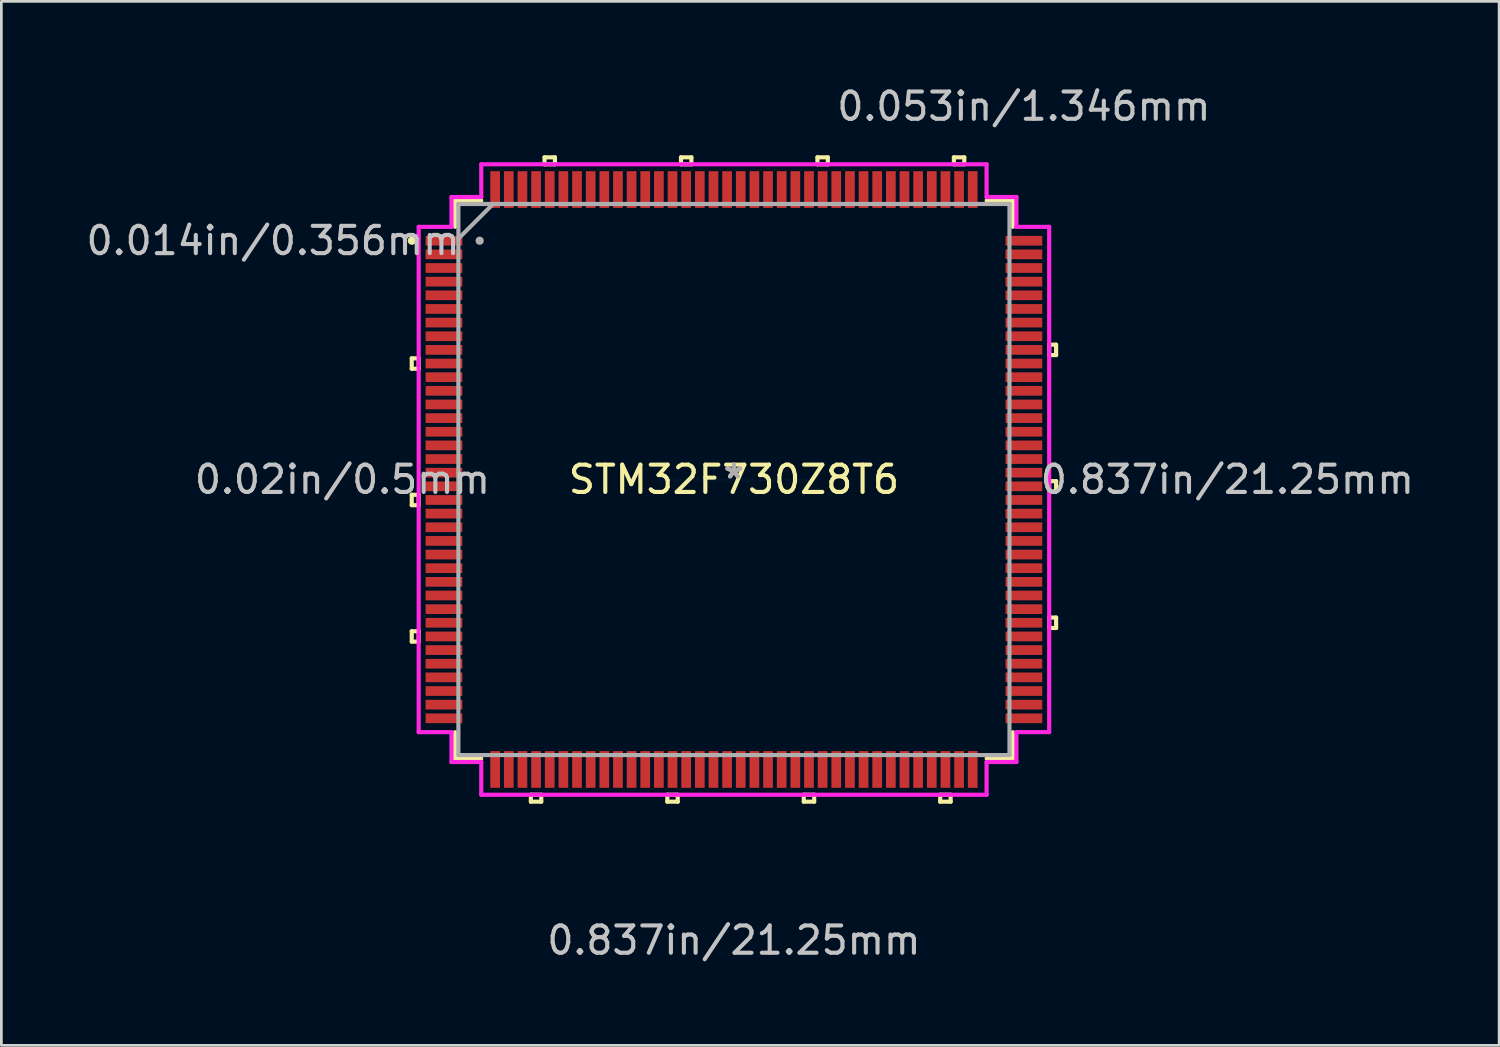
<source format=kicad_pcb>
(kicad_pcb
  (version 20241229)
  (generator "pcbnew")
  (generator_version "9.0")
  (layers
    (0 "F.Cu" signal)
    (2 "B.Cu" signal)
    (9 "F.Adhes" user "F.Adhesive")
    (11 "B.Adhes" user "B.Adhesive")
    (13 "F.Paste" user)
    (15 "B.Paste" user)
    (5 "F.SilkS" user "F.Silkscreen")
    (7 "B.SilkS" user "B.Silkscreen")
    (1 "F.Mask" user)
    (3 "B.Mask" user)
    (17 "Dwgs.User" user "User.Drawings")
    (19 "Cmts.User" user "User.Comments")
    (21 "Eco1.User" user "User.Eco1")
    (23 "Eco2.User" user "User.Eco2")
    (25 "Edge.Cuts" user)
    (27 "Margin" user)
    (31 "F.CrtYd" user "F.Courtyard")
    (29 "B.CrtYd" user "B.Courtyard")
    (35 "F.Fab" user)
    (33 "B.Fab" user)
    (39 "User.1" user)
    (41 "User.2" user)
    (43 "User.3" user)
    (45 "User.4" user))
  (footprint "STM32F730Z8T6"
    (layer "F.Cu")
    (at 23.844 14.521)
    (property "Reference" "STM32F730Z8T6" (at 0 0 0) (layer "F.SilkS") (effects (font (size 1 1) (thickness 0.15))))
    (attr through_hole)
    (fp_line (start -11.806 -4.44) (end -11.806 -4.059) (stroke (width 0.152) (type solid)) (layer "F.SilkS"))
    (fp_line (start -11.806 -4.059) (end -11.552 -4.059) (stroke (width 0.152) (type solid)) (layer "F.SilkS"))
    (fp_line (start -11.806 0.56) (end -11.806 0.941) (stroke (width 0.152) (type solid)) (layer "F.SilkS"))
    (fp_line (start -11.806 0.941) (end -11.552 0.941) (stroke (width 0.152) (type solid)) (layer "F.SilkS"))
    (fp_line (start -11.806 5.56) (end -11.806 5.941) (stroke (width 0.152) (type solid)) (layer "F.SilkS"))
    (fp_line (start -11.806 5.941) (end -11.552 5.941) (stroke (width 0.152) (type solid)) (layer "F.SilkS"))
    (fp_line (start -11.552 -4.44) (end -11.806 -4.44) (stroke (width 0.152) (type solid)) (layer "F.SilkS"))
    (fp_line (start -11.552 -4.059) (end -11.552 -4.44) (stroke (width 0.152) (type solid)) (layer "F.SilkS"))
    (fp_line (start -11.552 0.56) (end -11.806 0.56) (stroke (width 0.152) (type solid)) (layer "F.SilkS"))
    (fp_line (start -11.552 0.941) (end -11.552 0.56) (stroke (width 0.152) (type solid)) (layer "F.SilkS"))
    (fp_line (start -11.552 5.56) (end -11.806 5.56) (stroke (width 0.152) (type solid)) (layer "F.SilkS"))
    (fp_line (start -11.552 5.941) (end -11.552 5.56) (stroke (width 0.152) (type solid)) (layer "F.SilkS"))
    (fp_line (start -10.223 -10.223) (end -10.223 -9.261) (stroke (width 0.152) (type solid)) (layer "F.SilkS"))
    (fp_line (start -10.223 9.261) (end -10.223 10.223) (stroke (width 0.152) (type solid)) (layer "F.SilkS"))
    (fp_line (start -10.223 10.223) (end -9.261 10.223) (stroke (width 0.152) (type solid)) (layer "F.SilkS"))
    (fp_line (start -9.261 -10.223) (end -10.223 -10.223) (stroke (width 0.152) (type solid)) (layer "F.SilkS"))
    (fp_line (start -7.441 11.552) (end -7.441 11.806) (stroke (width 0.152) (type solid)) (layer "F.SilkS"))
    (fp_line (start -7.441 11.806) (end -7.06 11.806) (stroke (width 0.152) (type solid)) (layer "F.SilkS"))
    (fp_line (start -7.06 11.552) (end -7.441 11.552) (stroke (width 0.152) (type solid)) (layer "F.SilkS"))
    (fp_line (start -7.06 11.806) (end -7.06 11.552) (stroke (width 0.152) (type solid)) (layer "F.SilkS"))
    (fp_line (start -6.94 -11.806) (end -6.559 -11.806) (stroke (width 0.152) (type solid)) (layer "F.SilkS"))
    (fp_line (start -6.94 -11.552) (end -6.94 -11.806) (stroke (width 0.152) (type solid)) (layer "F.SilkS"))
    (fp_line (start -6.559 -11.806) (end -6.559 -11.552) (stroke (width 0.152) (type solid)) (layer "F.SilkS"))
    (fp_line (start -6.559 -11.552) (end -6.94 -11.552) (stroke (width 0.152) (type solid)) (layer "F.SilkS"))
    (fp_line (start -2.441 11.552) (end -2.441 11.806) (stroke (width 0.152) (type solid)) (layer "F.SilkS"))
    (fp_line (start -2.441 11.806) (end -2.06 11.806) (stroke (width 0.152) (type solid)) (layer "F.SilkS"))
    (fp_line (start -2.06 11.552) (end -2.441 11.552) (stroke (width 0.152) (type solid)) (layer "F.SilkS"))
    (fp_line (start -2.06 11.806) (end -2.06 11.552) (stroke (width 0.152) (type solid)) (layer "F.SilkS"))
    (fp_line (start -1.94 -11.806) (end -1.559 -11.806) (stroke (width 0.152) (type solid)) (layer "F.SilkS"))
    (fp_line (start -1.94 -11.552) (end -1.94 -11.806) (stroke (width 0.152) (type solid)) (layer "F.SilkS"))
    (fp_line (start -1.559 -11.806) (end -1.559 -11.552) (stroke (width 0.152) (type solid)) (layer "F.SilkS"))
    (fp_line (start -1.559 -11.552) (end -1.94 -11.552) (stroke (width 0.152) (type solid)) (layer "F.SilkS"))
    (fp_line (start 2.559 11.552) (end 2.559 11.806) (stroke (width 0.152) (type solid)) (layer "F.SilkS"))
    (fp_line (start 2.559 11.806) (end 2.941 11.806) (stroke (width 0.152) (type solid)) (layer "F.SilkS"))
    (fp_line (start 2.941 11.552) (end 2.559 11.552) (stroke (width 0.152) (type solid)) (layer "F.SilkS"))
    (fp_line (start 2.941 11.806) (end 2.941 11.552) (stroke (width 0.152) (type solid)) (layer "F.SilkS"))
    (fp_line (start 3.06 -11.806) (end 3.441 -11.806) (stroke (width 0.152) (type solid)) (layer "F.SilkS"))
    (fp_line (start 3.06 -11.552) (end 3.06 -11.806) (stroke (width 0.152) (type solid)) (layer "F.SilkS"))
    (fp_line (start 3.441 -11.806) (end 3.441 -11.552) (stroke (width 0.152) (type solid)) (layer "F.SilkS"))
    (fp_line (start 3.441 -11.552) (end 3.06 -11.552) (stroke (width 0.152) (type solid)) (layer "F.SilkS"))
    (fp_line (start 7.559 11.552) (end 7.559 11.806) (stroke (width 0.152) (type solid)) (layer "F.SilkS"))
    (fp_line (start 7.559 11.806) (end 7.941 11.806) (stroke (width 0.152) (type solid)) (layer "F.SilkS"))
    (fp_line (start 7.941 11.552) (end 7.559 11.552) (stroke (width 0.152) (type solid)) (layer "F.SilkS"))
    (fp_line (start 7.941 11.806) (end 7.941 11.552) (stroke (width 0.152) (type solid)) (layer "F.SilkS"))
    (fp_line (start 8.06 -11.806) (end 8.441 -11.806) (stroke (width 0.152) (type solid)) (layer "F.SilkS"))
    (fp_line (start 8.06 -11.552) (end 8.06 -11.806) (stroke (width 0.152) (type solid)) (layer "F.SilkS"))
    (fp_line (start 8.441 -11.806) (end 8.441 -11.552) (stroke (width 0.152) (type solid)) (layer "F.SilkS"))
    (fp_line (start 8.441 -11.552) (end 8.06 -11.552) (stroke (width 0.152) (type solid)) (layer "F.SilkS"))
    (fp_line (start 9.261 10.223) (end 10.223 10.223) (stroke (width 0.152) (type solid)) (layer "F.SilkS"))
    (fp_line (start 10.223 -10.223) (end 9.261 -10.223) (stroke (width 0.152) (type solid)) (layer "F.SilkS"))
    (fp_line (start 10.223 -9.261) (end 10.223 -10.223) (stroke (width 0.152) (type solid)) (layer "F.SilkS"))
    (fp_line (start 10.223 10.223) (end 10.223 9.261) (stroke (width 0.152) (type solid)) (layer "F.SilkS"))
    (fp_line (start 11.552 -4.941) (end 11.806 -4.941) (stroke (width 0.152) (type solid)) (layer "F.SilkS"))
    (fp_line (start 11.552 -4.56) (end 11.552 -4.941) (stroke (width 0.152) (type solid)) (layer "F.SilkS"))
    (fp_line (start 11.552 0.059) (end 11.806 0.059) (stroke (width 0.152) (type solid)) (layer "F.SilkS"))
    (fp_line (start 11.552 0.441) (end 11.552 0.059) (stroke (width 0.152) (type solid)) (layer "F.SilkS"))
    (fp_line (start 11.552 5.059) (end 11.806 5.059) (stroke (width 0.152) (type solid)) (layer "F.SilkS"))
    (fp_line (start 11.552 5.441) (end 11.552 5.059) (stroke (width 0.152) (type solid)) (layer "F.SilkS"))
    (fp_line (start 11.806 -4.941) (end 11.806 -4.56) (stroke (width 0.152) (type solid)) (layer "F.SilkS"))
    (fp_line (start 11.806 -4.56) (end 11.552 -4.56) (stroke (width 0.152) (type solid)) (layer "F.SilkS"))
    (fp_line (start 11.806 0.059) (end 11.806 0.441) (stroke (width 0.152) (type solid)) (layer "F.SilkS"))
    (fp_line (start 11.806 0.441) (end 11.552 0.441) (stroke (width 0.152) (type solid)) (layer "F.SilkS"))
    (fp_line (start 11.806 5.059) (end 11.806 5.441) (stroke (width 0.152) (type solid)) (layer "F.SilkS"))
    (fp_line (start 11.806 5.441) (end 11.552 5.441) (stroke (width 0.152) (type solid)) (layer "F.SilkS"))
    (fp_circle (center -11.802 -8.75) (end -11.726 -8.75) (stroke (width 0.152) (type solid)) (fill no) (layer "F.SilkS"))
    (fp_line (start -11.552 -9.258) (end -10.351 -9.258) (stroke (width 0.152) (type solid)) (layer "F.CrtYd"))
    (fp_line (start -11.552 9.258) (end -11.552 -9.258) (stroke (width 0.152) (type solid)) (layer "F.CrtYd"))
    (fp_line (start -10.351 -10.351) (end -9.258 -10.351) (stroke (width 0.152) (type solid)) (layer "F.CrtYd"))
    (fp_line (start -10.351 -9.258) (end -10.351 -10.351) (stroke (width 0.152) (type solid)) (layer "F.CrtYd"))
    (fp_line (start -10.351 9.258) (end -11.552 9.258) (stroke (width 0.152) (type solid)) (layer "F.CrtYd"))
    (fp_line (start -10.351 10.351) (end -10.351 9.258) (stroke (width 0.152) (type solid)) (layer "F.CrtYd"))
    (fp_line (start -9.258 -11.552) (end 9.258 -11.552) (stroke (width 0.152) (type solid)) (layer "F.CrtYd"))
    (fp_line (start -9.258 -10.351) (end -9.258 -11.552) (stroke (width 0.152) (type solid)) (layer "F.CrtYd"))
    (fp_line (start -9.258 10.351) (end -10.351 10.351) (stroke (width 0.152) (type solid)) (layer "F.CrtYd"))
    (fp_line (start -9.258 11.552) (end -9.258 10.351) (stroke (width 0.152) (type solid)) (layer "F.CrtYd"))
    (fp_line (start 9.258 -11.552) (end 9.258 -10.351) (stroke (width 0.152) (type solid)) (layer "F.CrtYd"))
    (fp_line (start 9.258 -10.351) (end 10.351 -10.351) (stroke (width 0.152) (type solid)) (layer "F.CrtYd"))
    (fp_line (start 9.258 10.351) (end 9.258 11.552) (stroke (width 0.152) (type solid)) (layer "F.CrtYd"))
    (fp_line (start 9.258 11.552) (end -9.258 11.552) (stroke (width 0.152) (type solid)) (layer "F.CrtYd"))
    (fp_line (start 10.351 -10.351) (end 10.351 -9.258) (stroke (width 0.152) (type solid)) (layer "F.CrtYd"))
    (fp_line (start 10.351 -9.258) (end 11.552 -9.258) (stroke (width 0.152) (type solid)) (layer "F.CrtYd"))
    (fp_line (start 10.351 9.258) (end 10.351 10.351) (stroke (width 0.152) (type solid)) (layer "F.CrtYd"))
    (fp_line (start 10.351 10.351) (end 9.258 10.351) (stroke (width 0.152) (type solid)) (layer "F.CrtYd"))
    (fp_line (start 11.552 -9.258) (end 11.552 9.258) (stroke (width 0.152) (type solid)) (layer "F.CrtYd"))
    (fp_line (start 11.552 9.258) (end 10.351 9.258) (stroke (width 0.152) (type solid)) (layer "F.CrtYd"))
    (fp_line (start -10.097 -10.097) (end -10.097 10.097) (stroke (width 0.152) (type solid)) (layer "F.Fab"))
    (fp_line (start -10.097 -8.826) (end -8.826 -10.097) (stroke (width 0.152) (type solid)) (layer "F.Fab"))
    (fp_line (start -10.097 10.097) (end 10.097 10.097) (stroke (width 0.152) (type solid)) (layer "F.Fab"))
    (fp_line (start 10.097 -10.097) (end -10.097 -10.097) (stroke (width 0.152) (type solid)) (layer "F.Fab"))
    (fp_line (start 10.097 10.097) (end 10.097 -10.097) (stroke (width 0.152) (type solid)) (layer "F.Fab"))
    (fp_circle (center -9.317 -8.75) (end -9.241 -8.75) (stroke (width 0.152) (type solid)) (fill no) (layer "F.Fab"))
    (fp_text user "*" (at 0 0 0) (layer "F.SilkS") (effects (font (size 1 1) (thickness 0.15))))
    (fp_text user "0.053in/1.346mm" (at 10.625 -13.673 0) (layer "Dwgs.User") (effects (font (size 1 1) (thickness 0.15))))
    (fp_text user "0.837in/21.25mm" (at 18.08 0 0) (layer "Dwgs.User") (effects (font (size 1 1) (thickness 0.15))))
    (fp_text user "0.837in/21.25mm" (at 0 16.886 0) (layer "Dwgs.User") (effects (font (size 1 1) (thickness 0.15))))
    (fp_text user "0.02in/0.5mm" (at -14.346 0 0) (layer "Dwgs.User") (effects (font (size 1 1) (thickness 0.15))))
    (fp_text user "0.014in/0.356mm" (at -16.886 -8.75 0) (layer "Dwgs.User") (effects (font (size 1 1) (thickness 0.15))))
    (fp_text user "Copyright 2016 Accelerated Designs. All rights reserved." (at 0 0 0) (layer "Cmts.User") (effects (font (size 0.127 0.127) (thickness 0.002))))
    (fp_text user "*" (at 0 0 0) (layer "F.Fab") (effects (font (size 1 1) (thickness 0.15))))
    (pad "1" smd rect (at -10.625 -8.75) (size 1.346 0.356) (layers "F.Cu" "F.Mask" "F.Paste"))
    (pad "2" smd rect (at -10.625 -8.25) (size 1.346 0.356) (layers "F.Cu" "F.Mask" "F.Paste"))
    (pad "3" smd rect (at -10.625 -7.75) (size 1.346 0.356) (layers "F.Cu" "F.Mask" "F.Paste"))
    (pad "4" smd rect (at -10.625 -7.25) (size 1.346 0.356) (layers "F.Cu" "F.Mask" "F.Paste"))
    (pad "5" smd rect (at -10.625 -6.75) (size 1.346 0.356) (layers "F.Cu" "F.Mask" "F.Paste"))
    (pad "6" smd rect (at -10.625 -6.25) (size 1.346 0.356) (layers "F.Cu" "F.Mask" "F.Paste"))
    (pad "7" smd rect (at -10.625 -5.75) (size 1.346 0.356) (layers "F.Cu" "F.Mask" "F.Paste"))
    (pad "8" smd rect (at -10.625 -5.25) (size 1.346 0.356) (layers "F.Cu" "F.Mask" "F.Paste"))
    (pad "9" smd rect (at -10.625 -4.75) (size 1.346 0.356) (layers "F.Cu" "F.Mask" "F.Paste"))
    (pad "10" smd rect (at -10.625 -4.25) (size 1.346 0.356) (layers "F.Cu" "F.Mask" "F.Paste"))
    (pad "11" smd rect (at -10.625 -3.75) (size 1.346 0.356) (layers "F.Cu" "F.Mask" "F.Paste"))
    (pad "12" smd rect (at -10.625 -3.25) (size 1.346 0.356) (layers "F.Cu" "F.Mask" "F.Paste"))
    (pad "13" smd rect (at -10.625 -2.75) (size 1.346 0.356) (layers "F.Cu" "F.Mask" "F.Paste"))
    (pad "14" smd rect (at -10.625 -2.25) (size 1.346 0.356) (layers "F.Cu" "F.Mask" "F.Paste"))
    (pad "15" smd rect (at -10.625 -1.75) (size 1.346 0.356) (layers "F.Cu" "F.Mask" "F.Paste"))
    (pad "16" smd rect (at -10.625 -1.25) (size 1.346 0.356) (layers "F.Cu" "F.Mask" "F.Paste"))
    (pad "17" smd rect (at -10.625 -0.75) (size 1.346 0.356) (layers "F.Cu" "F.Mask" "F.Paste"))
    (pad "18" smd rect (at -10.625 -0.25) (size 1.346 0.356) (layers "F.Cu" "F.Mask" "F.Paste"))
    (pad "19" smd rect (at -10.625 0.25) (size 1.346 0.356) (layers "F.Cu" "F.Mask" "F.Paste"))
    (pad "20" smd rect (at -10.625 0.75) (size 1.346 0.356) (layers "F.Cu" "F.Mask" "F.Paste"))
    (pad "21" smd rect (at -10.625 1.25) (size 1.346 0.356) (layers "F.Cu" "F.Mask" "F.Paste"))
    (pad "22" smd rect (at -10.625 1.75) (size 1.346 0.356) (layers "F.Cu" "F.Mask" "F.Paste"))
    (pad "23" smd rect (at -10.625 2.25) (size 1.346 0.356) (layers "F.Cu" "F.Mask" "F.Paste"))
    (pad "24" smd rect (at -10.625 2.75) (size 1.346 0.356) (layers "F.Cu" "F.Mask" "F.Paste"))
    (pad "25" smd rect (at -10.625 3.25) (size 1.346 0.356) (layers "F.Cu" "F.Mask" "F.Paste"))
    (pad "26" smd rect (at -10.625 3.75) (size 1.346 0.356) (layers "F.Cu" "F.Mask" "F.Paste"))
    (pad "27" smd rect (at -10.625 4.25) (size 1.346 0.356) (layers "F.Cu" "F.Mask" "F.Paste"))
    (pad "28" smd rect (at -10.625 4.75) (size 1.346 0.356) (layers "F.Cu" "F.Mask" "F.Paste"))
    (pad "29" smd rect (at -10.625 5.25) (size 1.346 0.356) (layers "F.Cu" "F.Mask" "F.Paste"))
    (pad "30" smd rect (at -10.625 5.75) (size 1.346 0.356) (layers "F.Cu" "F.Mask" "F.Paste"))
    (pad "31" smd rect (at -10.625 6.25) (size 1.346 0.356) (layers "F.Cu" "F.Mask" "F.Paste"))
    (pad "32" smd rect (at -10.625 6.75) (size 1.346 0.356) (layers "F.Cu" "F.Mask" "F.Paste"))
    (pad "33" smd rect (at -10.625 7.25) (size 1.346 0.356) (layers "F.Cu" "F.Mask" "F.Paste"))
    (pad "34" smd rect (at -10.625 7.75) (size 1.346 0.356) (layers "F.Cu" "F.Mask" "F.Paste"))
    (pad "35" smd rect (at -10.625 8.25) (size 1.346 0.356) (layers "F.Cu" "F.Mask" "F.Paste"))
    (pad "36" smd rect (at -10.625 8.75) (size 1.346 0.356) (layers "F.Cu" "F.Mask" "F.Paste"))
    (pad "37" smd rect (at -8.75 10.625 90) (size 1.346 0.356) (layers "F.Cu" "F.Mask" "F.Paste"))
    (pad "38" smd rect (at -8.25 10.625 90) (size 1.346 0.356) (layers "F.Cu" "F.Mask" "F.Paste"))
    (pad "39" smd rect (at -7.75 10.625 90) (size 1.346 0.356) (layers "F.Cu" "F.Mask" "F.Paste"))
    (pad "40" smd rect (at -7.25 10.625 90) (size 1.346 0.356) (layers "F.Cu" "F.Mask" "F.Paste"))
    (pad "41" smd rect (at -6.75 10.625 90) (size 1.346 0.356) (layers "F.Cu" "F.Mask" "F.Paste"))
    (pad "42" smd rect (at -6.25 10.625 90) (size 1.346 0.356) (layers "F.Cu" "F.Mask" "F.Paste"))
    (pad "43" smd rect (at -5.75 10.625 90) (size 1.346 0.356) (layers "F.Cu" "F.Mask" "F.Paste"))
    (pad "44" smd rect (at -5.25 10.625 90) (size 1.346 0.356) (layers "F.Cu" "F.Mask" "F.Paste"))
    (pad "45" smd rect (at -4.75 10.625 90) (size 1.346 0.356) (layers "F.Cu" "F.Mask" "F.Paste"))
    (pad "46" smd rect (at -4.25 10.625 90) (size 1.346 0.356) (layers "F.Cu" "F.Mask" "F.Paste"))
    (pad "47" smd rect (at -3.75 10.625 90) (size 1.346 0.356) (layers "F.Cu" "F.Mask" "F.Paste"))
    (pad "48" smd rect (at -3.25 10.625 90) (size 1.346 0.356) (layers "F.Cu" "F.Mask" "F.Paste"))
    (pad "49" smd rect (at -2.75 10.625 90) (size 1.346 0.356) (layers "F.Cu" "F.Mask" "F.Paste"))
    (pad "50" smd rect (at -2.25 10.625 90) (size 1.346 0.356) (layers "F.Cu" "F.Mask" "F.Paste"))
    (pad "51" smd rect (at -1.75 10.625 90) (size 1.346 0.356) (layers "F.Cu" "F.Mask" "F.Paste"))
    (pad "52" smd rect (at -1.25 10.625 90) (size 1.346 0.356) (layers "F.Cu" "F.Mask" "F.Paste"))
    (pad "53" smd rect (at -0.75 10.625 90) (size 1.346 0.356) (layers "F.Cu" "F.Mask" "F.Paste"))
    (pad "54" smd rect (at -0.25 10.625 90) (size 1.346 0.356) (layers "F.Cu" "F.Mask" "F.Paste"))
    (pad "55" smd rect (at 0.25 10.625 90) (size 1.346 0.356) (layers "F.Cu" "F.Mask" "F.Paste"))
    (pad "56" smd rect (at 0.75 10.625 90) (size 1.346 0.356) (layers "F.Cu" "F.Mask" "F.Paste"))
    (pad "57" smd rect (at 1.25 10.625 90) (size 1.346 0.356) (layers "F.Cu" "F.Mask" "F.Paste"))
    (pad "58" smd rect (at 1.75 10.625 90) (size 1.346 0.356) (layers "F.Cu" "F.Mask" "F.Paste"))
    (pad "59" smd rect (at 2.25 10.625 90) (size 1.346 0.356) (layers "F.Cu" "F.Mask" "F.Paste"))
    (pad "60" smd rect (at 2.75 10.625 90) (size 1.346 0.356) (layers "F.Cu" "F.Mask" "F.Paste"))
    (pad "61" smd rect (at 3.25 10.625 90) (size 1.346 0.356) (layers "F.Cu" "F.Mask" "F.Paste"))
    (pad "62" smd rect (at 3.75 10.625 90) (size 1.346 0.356) (layers "F.Cu" "F.Mask" "F.Paste"))
    (pad "63" smd rect (at 4.25 10.625 90) (size 1.346 0.356) (layers "F.Cu" "F.Mask" "F.Paste"))
    (pad "64" smd rect (at 4.75 10.625 90) (size 1.346 0.356) (layers "F.Cu" "F.Mask" "F.Paste"))
    (pad "65" smd rect (at 5.25 10.625 90) (size 1.346 0.356) (layers "F.Cu" "F.Mask" "F.Paste"))
    (pad "66" smd rect (at 5.75 10.625 90) (size 1.346 0.356) (layers "F.Cu" "F.Mask" "F.Paste"))
    (pad "67" smd rect (at 6.25 10.625 90) (size 1.346 0.356) (layers "F.Cu" "F.Mask" "F.Paste"))
    (pad "68" smd rect (at 6.75 10.625 90) (size 1.346 0.356) (layers "F.Cu" "F.Mask" "F.Paste"))
    (pad "69" smd rect (at 7.25 10.625 90) (size 1.346 0.356) (layers "F.Cu" "F.Mask" "F.Paste"))
    (pad "70" smd rect (at 7.75 10.625 90) (size 1.346 0.356) (layers "F.Cu" "F.Mask" "F.Paste"))
    (pad "71" smd rect (at 8.25 10.625 90) (size 1.346 0.356) (layers "F.Cu" "F.Mask" "F.Paste"))
    (pad "72" smd rect (at 8.75 10.625 90) (size 1.346 0.356) (layers "F.Cu" "F.Mask" "F.Paste"))
    (pad "73" smd rect (at 10.625 8.75) (size 1.346 0.356) (layers "F.Cu" "F.Mask" "F.Paste"))
    (pad "74" smd rect (at 10.625 8.25) (size 1.346 0.356) (layers "F.Cu" "F.Mask" "F.Paste"))
    (pad "75" smd rect (at 10.625 7.75) (size 1.346 0.356) (layers "F.Cu" "F.Mask" "F.Paste"))
    (pad "76" smd rect (at 10.625 7.25) (size 1.346 0.356) (layers "F.Cu" "F.Mask" "F.Paste"))
    (pad "77" smd rect (at 10.625 6.75) (size 1.346 0.356) (layers "F.Cu" "F.Mask" "F.Paste"))
    (pad "78" smd rect (at 10.625 6.25) (size 1.346 0.356) (layers "F.Cu" "F.Mask" "F.Paste"))
    (pad "79" smd rect (at 10.625 5.75) (size 1.346 0.356) (layers "F.Cu" "F.Mask" "F.Paste"))
    (pad "80" smd rect (at 10.625 5.25) (size 1.346 0.356) (layers "F.Cu" "F.Mask" "F.Paste"))
    (pad "81" smd rect (at 10.625 4.75) (size 1.346 0.356) (layers "F.Cu" "F.Mask" "F.Paste"))
    (pad "82" smd rect (at 10.625 4.25) (size 1.346 0.356) (layers "F.Cu" "F.Mask" "F.Paste"))
    (pad "83" smd rect (at 10.625 3.75) (size 1.346 0.356) (layers "F.Cu" "F.Mask" "F.Paste"))
    (pad "84" smd rect (at 10.625 3.25) (size 1.346 0.356) (layers "F.Cu" "F.Mask" "F.Paste"))
    (pad "85" smd rect (at 10.625 2.75) (size 1.346 0.356) (layers "F.Cu" "F.Mask" "F.Paste"))
    (pad "86" smd rect (at 10.625 2.25) (size 1.346 0.356) (layers "F.Cu" "F.Mask" "F.Paste"))
    (pad "87" smd rect (at 10.625 1.75) (size 1.346 0.356) (layers "F.Cu" "F.Mask" "F.Paste"))
    (pad "88" smd rect (at 10.625 1.25) (size 1.346 0.356) (layers "F.Cu" "F.Mask" "F.Paste"))
    (pad "89" smd rect (at 10.625 0.75) (size 1.346 0.356) (layers "F.Cu" "F.Mask" "F.Paste"))
    (pad "90" smd rect (at 10.625 0.25) (size 1.346 0.356) (layers "F.Cu" "F.Mask" "F.Paste"))
    (pad "91" smd rect (at 10.625 -0.25) (size 1.346 0.356) (layers "F.Cu" "F.Mask" "F.Paste"))
    (pad "92" smd rect (at 10.625 -0.75) (size 1.346 0.356) (layers "F.Cu" "F.Mask" "F.Paste"))
    (pad "93" smd rect (at 10.625 -1.25) (size 1.346 0.356) (layers "F.Cu" "F.Mask" "F.Paste"))
    (pad "94" smd rect (at 10.625 -1.75) (size 1.346 0.356) (layers "F.Cu" "F.Mask" "F.Paste"))
    (pad "95" smd rect (at 10.625 -2.25) (size 1.346 0.356) (layers "F.Cu" "F.Mask" "F.Paste"))
    (pad "96" smd rect (at 10.625 -2.75) (size 1.346 0.356) (layers "F.Cu" "F.Mask" "F.Paste"))
    (pad "97" smd rect (at 10.625 -3.25) (size 1.346 0.356) (layers "F.Cu" "F.Mask" "F.Paste"))
    (pad "98" smd rect (at 10.625 -3.75) (size 1.346 0.356) (layers "F.Cu" "F.Mask" "F.Paste"))
    (pad "99" smd rect (at 10.625 -4.25) (size 1.346 0.356) (layers "F.Cu" "F.Mask" "F.Paste"))
    (pad "100" smd rect (at 10.625 -4.75) (size 1.346 0.356) (layers "F.Cu" "F.Mask" "F.Paste"))
    (pad "101" smd rect (at 10.625 -5.25) (size 1.346 0.356) (layers "F.Cu" "F.Mask" "F.Paste"))
    (pad "102" smd rect (at 10.625 -5.75) (size 1.346 0.356) (layers "F.Cu" "F.Mask" "F.Paste"))
    (pad "103" smd rect (at 10.625 -6.25) (size 1.346 0.356) (layers "F.Cu" "F.Mask" "F.Paste"))
    (pad "104" smd rect (at 10.625 -6.75) (size 1.346 0.356) (layers "F.Cu" "F.Mask" "F.Paste"))
    (pad "105" smd rect (at 10.625 -7.25) (size 1.346 0.356) (layers "F.Cu" "F.Mask" "F.Paste"))
    (pad "106" smd rect (at 10.625 -7.75) (size 1.346 0.356) (layers "F.Cu" "F.Mask" "F.Paste"))
    (pad "107" smd rect (at 10.625 -8.25) (size 1.346 0.356) (layers "F.Cu" "F.Mask" "F.Paste"))
    (pad "108" smd rect (at 10.625 -8.75) (size 1.346 0.356) (layers "F.Cu" "F.Mask" "F.Paste"))
    (pad "109" smd rect (at 8.75 -10.625 90) (size 1.346 0.356) (layers "F.Cu" "F.Mask" "F.Paste"))
    (pad "110" smd rect (at 8.25 -10.625 90) (size 1.346 0.356) (layers "F.Cu" "F.Mask" "F.Paste"))
    (pad "111" smd rect (at 7.75 -10.625 90) (size 1.346 0.356) (layers "F.Cu" "F.Mask" "F.Paste"))
    (pad "112" smd rect (at 7.25 -10.625 90) (size 1.346 0.356) (layers "F.Cu" "F.Mask" "F.Paste"))
    (pad "113" smd rect (at 6.75 -10.625 90) (size 1.346 0.356) (layers "F.Cu" "F.Mask" "F.Paste"))
    (pad "114" smd rect (at 6.25 -10.625 90) (size 1.346 0.356) (layers "F.Cu" "F.Mask" "F.Paste"))
    (pad "115" smd rect (at 5.75 -10.625 90) (size 1.346 0.356) (layers "F.Cu" "F.Mask" "F.Paste"))
    (pad "116" smd rect (at 5.25 -10.625 90) (size 1.346 0.356) (layers "F.Cu" "F.Mask" "F.Paste"))
    (pad "117" smd rect (at 4.75 -10.625 90) (size 1.346 0.356) (layers "F.Cu" "F.Mask" "F.Paste"))
    (pad "118" smd rect (at 4.25 -10.625 90) (size 1.346 0.356) (layers "F.Cu" "F.Mask" "F.Paste"))
    (pad "119" smd rect (at 3.75 -10.625 90) (size 1.346 0.356) (layers "F.Cu" "F.Mask" "F.Paste"))
    (pad "120" smd rect (at 3.25 -10.625 90) (size 1.346 0.356) (layers "F.Cu" "F.Mask" "F.Paste"))
    (pad "121" smd rect (at 2.75 -10.625 90) (size 1.346 0.356) (layers "F.Cu" "F.Mask" "F.Paste"))
    (pad "122" smd rect (at 2.25 -10.625 90) (size 1.346 0.356) (layers "F.Cu" "F.Mask" "F.Paste"))
    (pad "123" smd rect (at 1.75 -10.625 90) (size 1.346 0.356) (layers "F.Cu" "F.Mask" "F.Paste"))
    (pad "124" smd rect (at 1.25 -10.625 90) (size 1.346 0.356) (layers "F.Cu" "F.Mask" "F.Paste"))
    (pad "125" smd rect (at 0.75 -10.625 90) (size 1.346 0.356) (layers "F.Cu" "F.Mask" "F.Paste"))
    (pad "126" smd rect (at 0.25 -10.625 90) (size 1.346 0.356) (layers "F.Cu" "F.Mask" "F.Paste"))
    (pad "127" smd rect (at -0.25 -10.625 90) (size 1.346 0.356) (layers "F.Cu" "F.Mask" "F.Paste"))
    (pad "128" smd rect (at -0.75 -10.625 90) (size 1.346 0.356) (layers "F.Cu" "F.Mask" "F.Paste"))
    (pad "129" smd rect (at -1.25 -10.625 90) (size 1.346 0.356) (layers "F.Cu" "F.Mask" "F.Paste"))
    (pad "130" smd rect (at -1.75 -10.625 90) (size 1.346 0.356) (layers "F.Cu" "F.Mask" "F.Paste"))
    (pad "131" smd rect (at -2.25 -10.625 90) (size 1.346 0.356) (layers "F.Cu" "F.Mask" "F.Paste"))
    (pad "132" smd rect (at -2.75 -10.625 90) (size 1.346 0.356) (layers "F.Cu" "F.Mask" "F.Paste"))
    (pad "133" smd rect (at -3.25 -10.625 90) (size 1.346 0.356) (layers "F.Cu" "F.Mask" "F.Paste"))
    (pad "134" smd rect (at -3.75 -10.625 90) (size 1.346 0.356) (layers "F.Cu" "F.Mask" "F.Paste"))
    (pad "135" smd rect (at -4.25 -10.625 90) (size 1.346 0.356) (layers "F.Cu" "F.Mask" "F.Paste"))
    (pad "136" smd rect (at -4.75 -10.625 90) (size 1.346 0.356) (layers "F.Cu" "F.Mask" "F.Paste"))
    (pad "137" smd rect (at -5.25 -10.625 90) (size 1.346 0.356) (layers "F.Cu" "F.Mask" "F.Paste"))
    (pad "138" smd rect (at -5.75 -10.625 90) (size 1.346 0.356) (layers "F.Cu" "F.Mask" "F.Paste"))
    (pad "139" smd rect (at -6.25 -10.625 90) (size 1.346 0.356) (layers "F.Cu" "F.Mask" "F.Paste"))
    (pad "140" smd rect (at -6.75 -10.625 90) (size 1.346 0.356) (layers "F.Cu" "F.Mask" "F.Paste"))
    (pad "141" smd rect (at -7.25 -10.625 90) (size 1.346 0.356) (layers "F.Cu" "F.Mask" "F.Paste"))
    (pad "142" smd rect (at -7.75 -10.625 90) (size 1.346 0.356) (layers "F.Cu" "F.Mask" "F.Paste"))
    (pad "143" smd rect (at -8.25 -10.625 90) (size 1.346 0.356) (layers "F.Cu" "F.Mask" "F.Paste"))
    (pad "144" smd rect (at -8.75 -10.625 90) (size 1.346 0.356) (layers "F.Cu" "F.Mask" "F.Paste")))
  (gr_rect
    (start -3 -3)
    (end 51.883 35.256)
    (stroke (width 0.1) (type default))
    (fill no)
    (layer "Edge.Cuts")))
</source>
